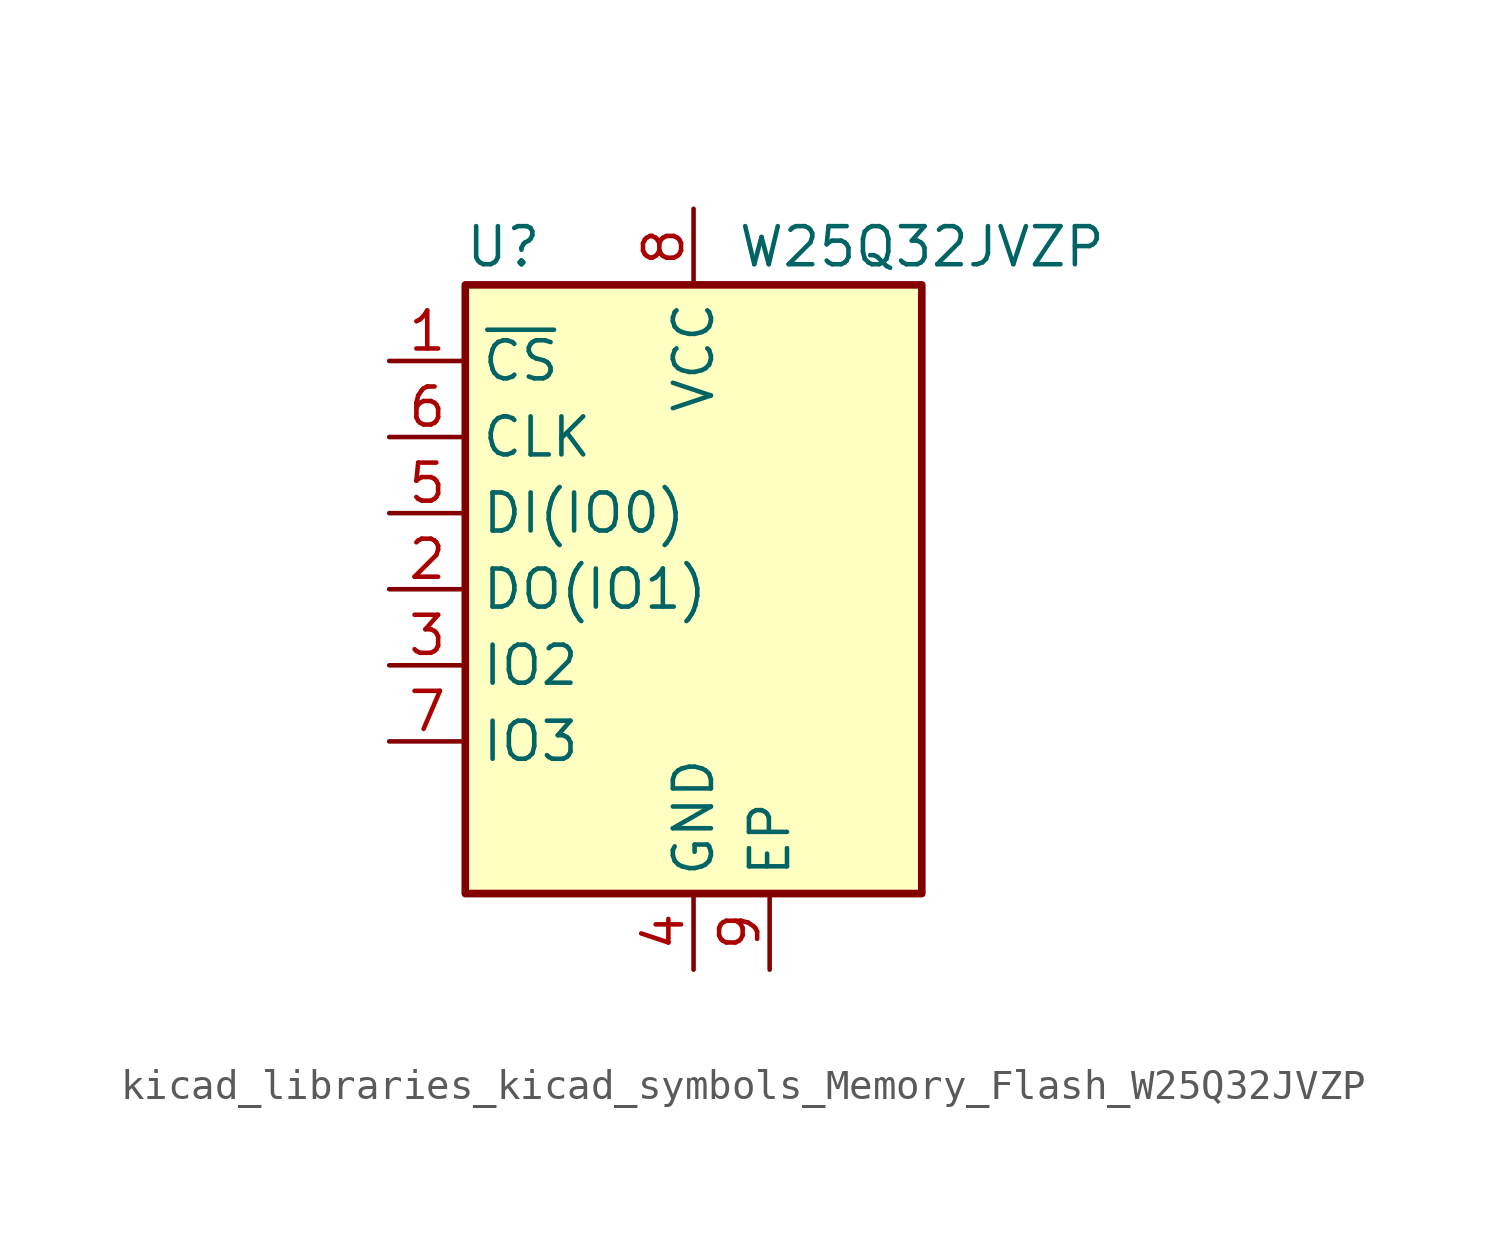
<source format=kicad_sym>
(kicad_symbol_lib
  (version 20220914)
  (generator kicad_symbol_editor)
  (symbol "kicad_libraries_kicad_symbols_Memory_Flash_W25Q32JVZP"
    (property "Reference" "U"
      (at -6.35 11.43 0)
      (effects (font (size 1.27 1.27))))
    (property "Value" "W25Q32JVZP"
      (at 7.62 11.43 0)
      (effects (font (size 1.27 1.27))))
    (symbol "kicad_libraries_kicad_symbols_Memory_Flash_W25Q32JVZP_0_1"
      (rectangle (start -7.62 10.16) (end 7.62 -10.16) (stroke (width 0.254) (type default)) (fill (type background))))
    (symbol "kicad_libraries_kicad_symbols_Memory_Flash_W25Q32JVZP_1_1"
      (pin input line (at -10.16 7.62 0) (length 2.54) (name "~{CS}" (effects (font (size 1.27 1.27)))) (number "1" (effects (font (size 1.27 1.27)))))
      (pin bidirectional line (at -10.16 0 0) (length 2.54) (name "DO(IO1)" (effects (font (size 1.27 1.27)))) (number "2" (effects (font (size 1.27 1.27)))))
      (pin bidirectional line (at -10.16 -2.54 0) (length 2.54) (name "IO2" (effects (font (size 1.27 1.27)))) (number "3" (effects (font (size 1.27 1.27)))))
      (pin power_in line (at 0 -12.7 90) (length 2.54) (name "GND" (effects (font (size 1.27 1.27)))) (number "4" (effects (font (size 1.27 1.27)))))
      (pin bidirectional line (at -10.16 2.54 0) (length 2.54) (name "DI(IO0)" (effects (font (size 1.27 1.27)))) (number "5" (effects (font (size 1.27 1.27)))))
      (pin input line (at -10.16 5.08 0) (length 2.54) (name "CLK" (effects (font (size 1.27 1.27)))) (number "6" (effects (font (size 1.27 1.27)))))
      (pin bidirectional line (at -10.16 -5.08 0) (length 2.54) (name "IO3" (effects (font (size 1.27 1.27)))) (number "7" (effects (font (size 1.27 1.27)))))
      (pin power_in line (at 0 12.7 270) (length 2.54) (name "VCC" (effects (font (size 1.27 1.27)))) (number "8" (effects (font (size 1.27 1.27)))))
      (pin passive line (at 2.54 -12.7 90) (length 2.54) (name "EP" (effects (font (size 1.27 1.27)))) (number "9" (effects (font (size 1.27 1.27))))))))
</source>
